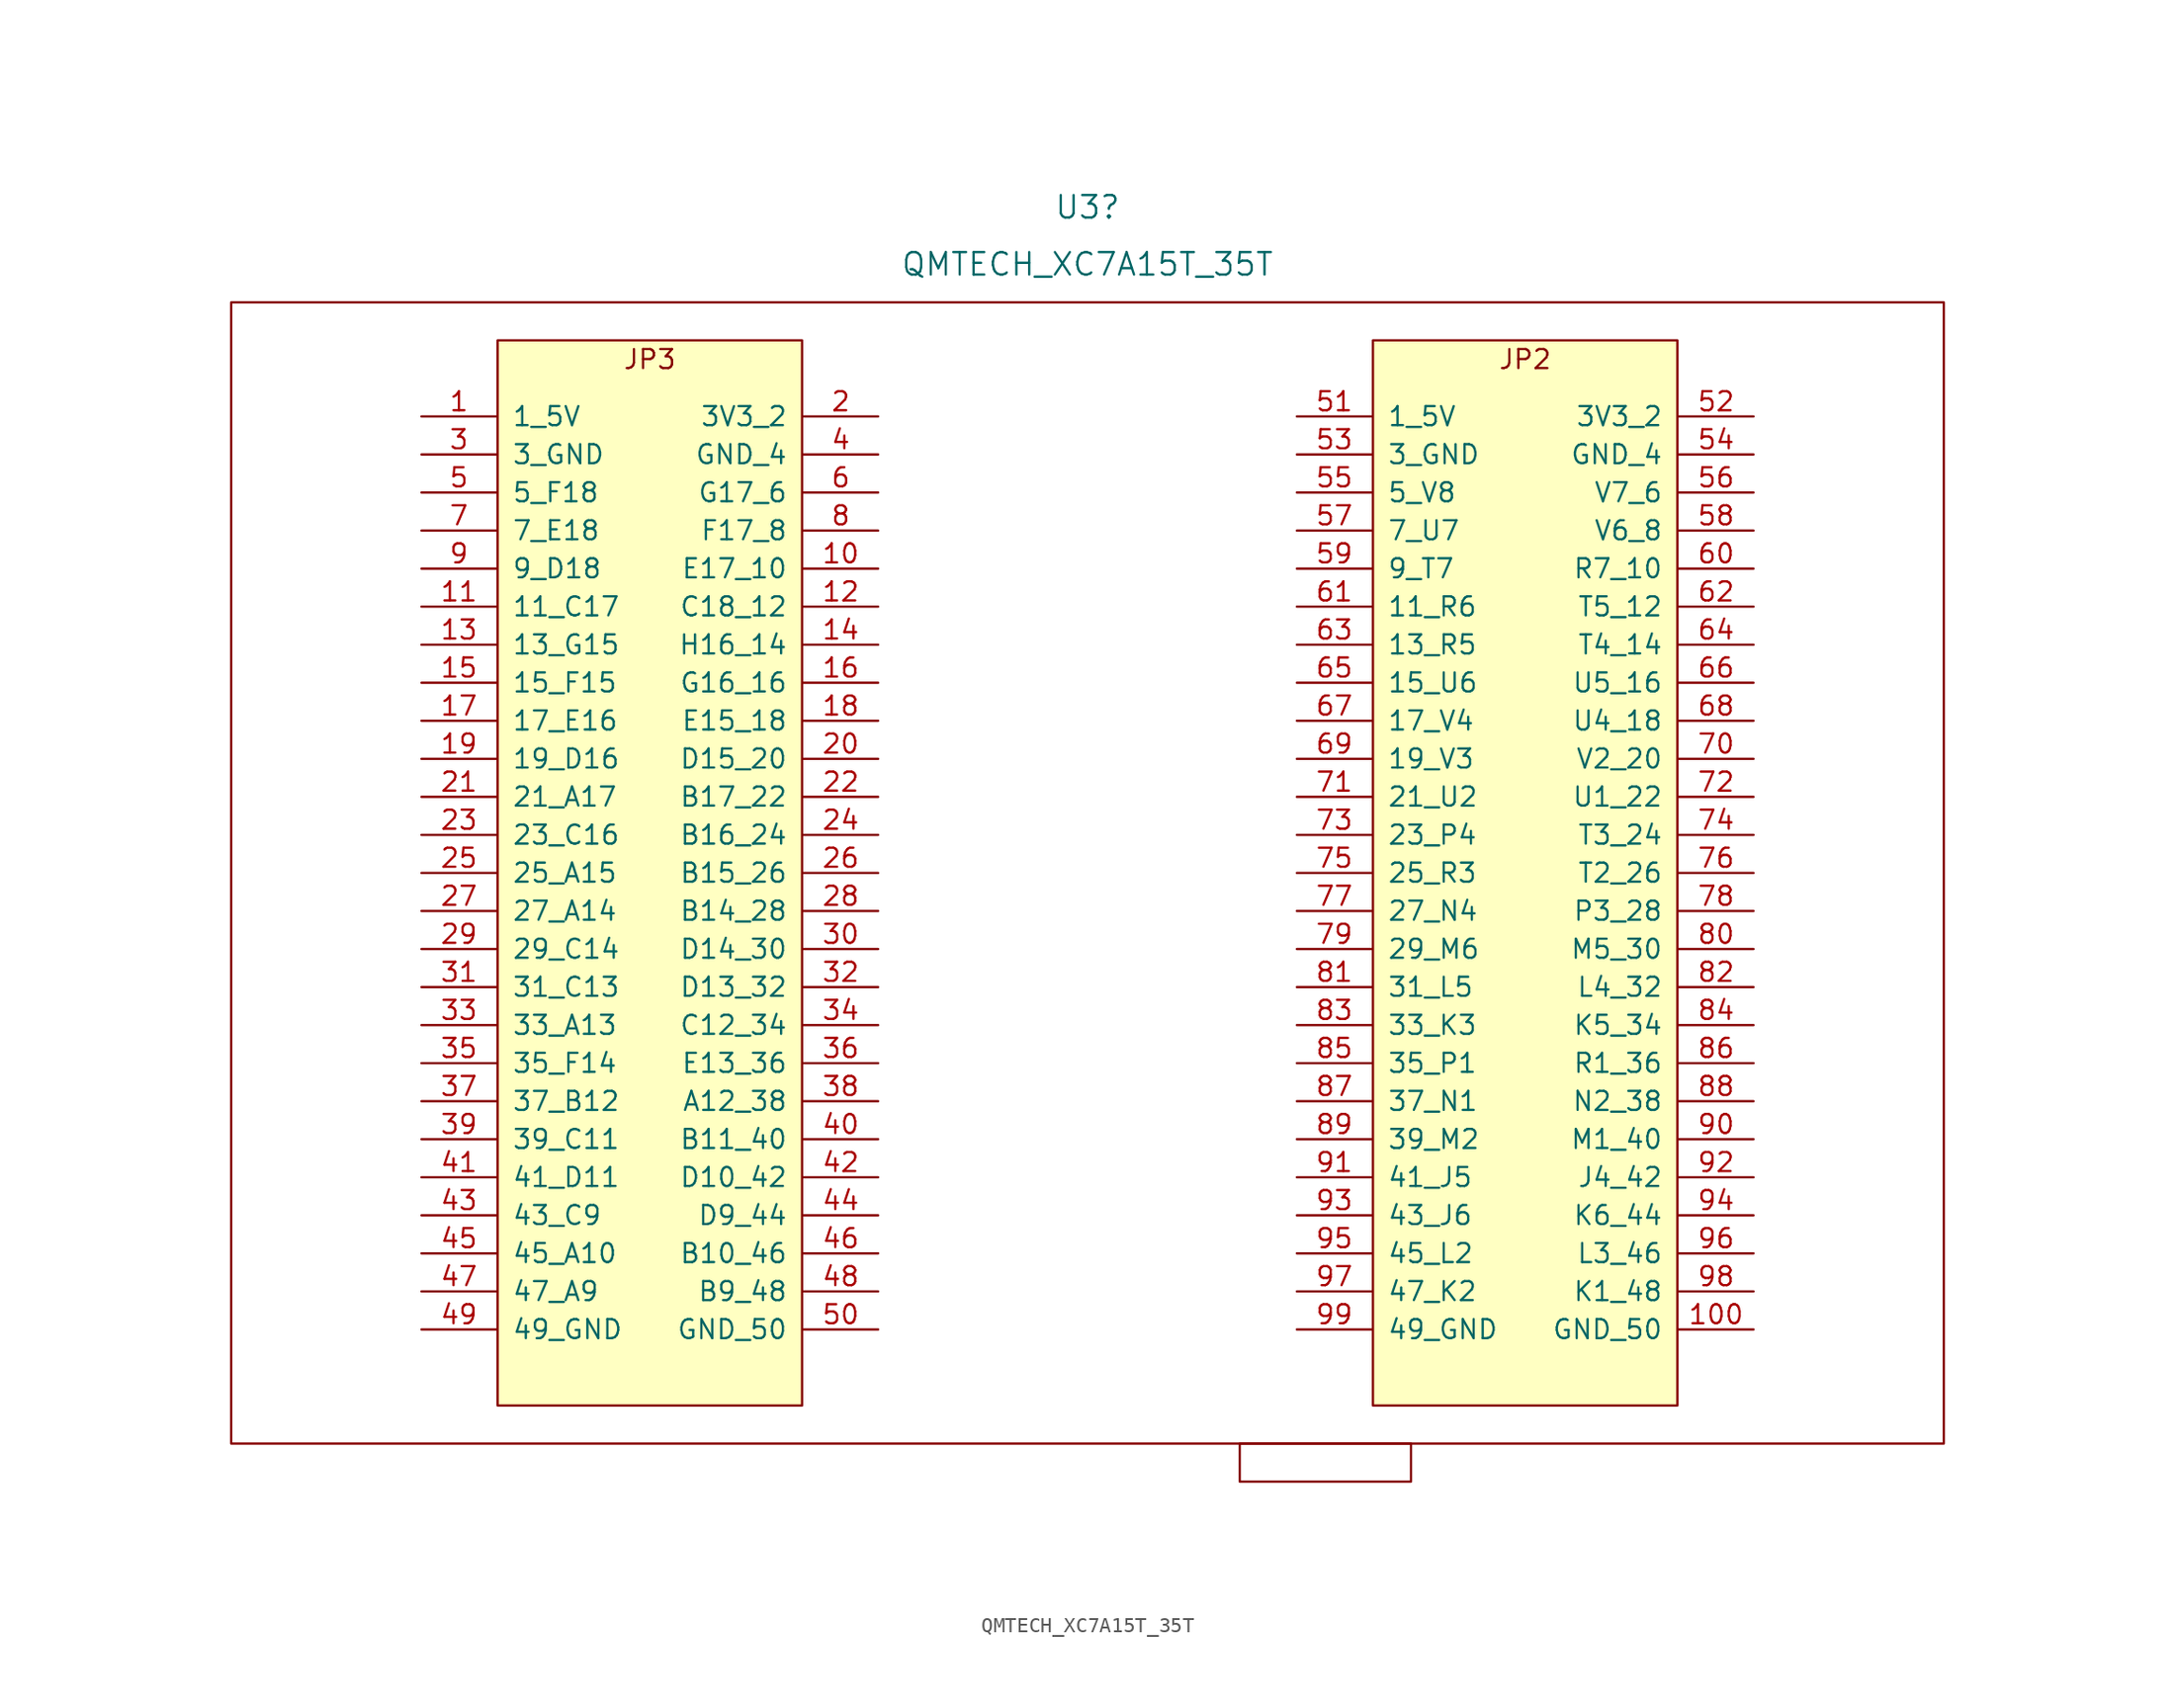
<source format=kicad_sym>
(kicad_symbol_lib
  (version 20231120)
  (generator "kicad_symbol_editor")
  (generator_version "8.0")
  (symbol "QMTECH_XC7A15T_35T"
    (pin_names
      (offset 1.016))
    (property "Reference" "U3"
      (at 0 41.91 0)
      (effects (font (size 1.499 1.499))))
    (property "Value" "QMTECH_XC7A15T_35T"
      (at 0 38.1 0)
      (effects (font (size 1.499 1.499))))
    (symbol "QMTECH_XC7A15T_35T_0_0"
      (text "JP2" (at 29.21 31.75 0) (effects (font (size 1.27 1.27))))
      (text "JP3" (at -29.21 31.75 0) (effects (font (size 1.27 1.27)))))
    (symbol "QMTECH_XC7A15T_35T_0_1"
      (rectangle (start -57.15 35.56) (end 57.15 -40.64) (stroke (width 0) (type default)) (fill (type none)))
      (rectangle (start 10.16 -40.64) (end 21.59 -43.18) (stroke (width 0) (type default)) (fill (type none))))
    (symbol "QMTECH_XC7A15T_35T_1_0"
      (pin bidirectional line (at -44.45 27.94 0) (length 5) (name "1_5V" (effects (font (size 1.27 1.27)))) (number "1" (effects (font (size 1.27 1.27)))))
      (pin bidirectional line (at -13.97 17.78 180) (length 5) (name "E17_10" (effects (font (size 1.27 1.27)))) (number "10" (effects (font (size 1.27 1.27)))))
      (pin bidirectional line (at 44.45 -33.02 180) (length 5) (name "GND_50" (effects (font (size 1.27 1.27)))) (number "100" (effects (font (size 1.27 1.27)))))
      (pin bidirectional line (at -44.45 15.24 0) (length 5) (name "11_C17" (effects (font (size 1.27 1.27)))) (number "11" (effects (font (size 1.27 1.27)))))
      (pin bidirectional line (at -13.97 15.24 180) (length 5) (name "C18_12" (effects (font (size 1.27 1.27)))) (number "12" (effects (font (size 1.27 1.27)))))
      (pin bidirectional line (at -44.45 12.7 0) (length 5) (name "13_G15" (effects (font (size 1.27 1.27)))) (number "13" (effects (font (size 1.27 1.27)))))
      (pin bidirectional line (at -13.97 12.7 180) (length 5) (name "H16_14" (effects (font (size 1.27 1.27)))) (number "14" (effects (font (size 1.27 1.27)))))
      (pin bidirectional line (at -44.45 10.16 0) (length 5) (name "15_F15" (effects (font (size 1.27 1.27)))) (number "15" (effects (font (size 1.27 1.27)))))
      (pin bidirectional line (at -13.97 10.16 180) (length 5) (name "G16_16" (effects (font (size 1.27 1.27)))) (number "16" (effects (font (size 1.27 1.27)))))
      (pin bidirectional line (at -44.45 7.62 0) (length 5) (name "17_E16" (effects (font (size 1.27 1.27)))) (number "17" (effects (font (size 1.27 1.27)))))
      (pin bidirectional line (at -13.97 7.62 180) (length 5) (name "E15_18" (effects (font (size 1.27 1.27)))) (number "18" (effects (font (size 1.27 1.27)))))
      (pin bidirectional line (at -44.45 5.08 0) (length 5) (name "19_D16" (effects (font (size 1.27 1.27)))) (number "19" (effects (font (size 1.27 1.27)))))
      (pin bidirectional line (at -13.97 27.94 180) (length 5) (name "3V3_2" (effects (font (size 1.27 1.27)))) (number "2" (effects (font (size 1.27 1.27)))))
      (pin bidirectional line (at -13.97 5.08 180) (length 5) (name "D15_20" (effects (font (size 1.27 1.27)))) (number "20" (effects (font (size 1.27 1.27)))))
      (pin bidirectional line (at -44.45 2.54 0) (length 5) (name "21_A17" (effects (font (size 1.27 1.27)))) (number "21" (effects (font (size 1.27 1.27)))))
      (pin bidirectional line (at -13.97 2.54 180) (length 5) (name "B17_22" (effects (font (size 1.27 1.27)))) (number "22" (effects (font (size 1.27 1.27)))))
      (pin bidirectional line (at -44.45 0 0) (length 5) (name "23_C16" (effects (font (size 1.27 1.27)))) (number "23" (effects (font (size 1.27 1.27)))))
      (pin bidirectional line (at -13.97 0 180) (length 5) (name "B16_24" (effects (font (size 1.27 1.27)))) (number "24" (effects (font (size 1.27 1.27)))))
      (pin bidirectional line (at -44.45 -2.54 0) (length 5) (name "25_A15" (effects (font (size 1.27 1.27)))) (number "25" (effects (font (size 1.27 1.27)))))
      (pin bidirectional line (at -13.97 -2.54 180) (length 5) (name "B15_26" (effects (font (size 1.27 1.27)))) (number "26" (effects (font (size 1.27 1.27)))))
      (pin bidirectional line (at -44.45 -5.08 0) (length 5) (name "27_A14" (effects (font (size 1.27 1.27)))) (number "27" (effects (font (size 1.27 1.27)))))
      (pin bidirectional line (at -13.97 -5.08 180) (length 5) (name "B14_28" (effects (font (size 1.27 1.27)))) (number "28" (effects (font (size 1.27 1.27)))))
      (pin bidirectional line (at -44.45 -7.62 0) (length 5) (name "29_C14" (effects (font (size 1.27 1.27)))) (number "29" (effects (font (size 1.27 1.27)))))
      (pin bidirectional line (at -44.45 25.4 0) (length 5) (name "3_GND" (effects (font (size 1.27 1.27)))) (number "3" (effects (font (size 1.27 1.27)))))
      (pin bidirectional line (at -13.97 -7.62 180) (length 5) (name "D14_30" (effects (font (size 1.27 1.27)))) (number "30" (effects (font (size 1.27 1.27)))))
      (pin bidirectional line (at -44.45 -10.16 0) (length 5) (name "31_C13" (effects (font (size 1.27 1.27)))) (number "31" (effects (font (size 1.27 1.27)))))
      (pin bidirectional line (at -13.97 -10.16 180) (length 5) (name "D13_32" (effects (font (size 1.27 1.27)))) (number "32" (effects (font (size 1.27 1.27)))))
      (pin bidirectional line (at -44.45 -12.7 0) (length 5) (name "33_A13" (effects (font (size 1.27 1.27)))) (number "33" (effects (font (size 1.27 1.27)))))
      (pin bidirectional line (at -13.97 -12.7 180) (length 5) (name "C12_34" (effects (font (size 1.27 1.27)))) (number "34" (effects (font (size 1.27 1.27)))))
      (pin bidirectional line (at -44.45 -15.24 0) (length 5) (name "35_F14" (effects (font (size 1.27 1.27)))) (number "35" (effects (font (size 1.27 1.27)))))
      (pin bidirectional line (at -13.97 -15.24 180) (length 5) (name "E13_36" (effects (font (size 1.27 1.27)))) (number "36" (effects (font (size 1.27 1.27)))))
      (pin bidirectional line (at -44.45 -17.78 0) (length 5) (name "37_B12" (effects (font (size 1.27 1.27)))) (number "37" (effects (font (size 1.27 1.27)))))
      (pin bidirectional line (at -13.97 -17.78 180) (length 5) (name "A12_38" (effects (font (size 1.27 1.27)))) (number "38" (effects (font (size 1.27 1.27)))))
      (pin bidirectional line (at -44.45 -20.32 0) (length 5) (name "39_C11" (effects (font (size 1.27 1.27)))) (number "39" (effects (font (size 1.27 1.27)))))
      (pin bidirectional line (at -13.97 25.4 180) (length 5) (name "GND_4" (effects (font (size 1.27 1.27)))) (number "4" (effects (font (size 1.27 1.27)))))
      (pin bidirectional line (at -13.97 -20.32 180) (length 5) (name "B11_40" (effects (font (size 1.27 1.27)))) (number "40" (effects (font (size 1.27 1.27)))))
      (pin bidirectional line (at -44.45 -22.86 0) (length 5) (name "41_D11" (effects (font (size 1.27 1.27)))) (number "41" (effects (font (size 1.27 1.27)))))
      (pin bidirectional line (at -13.97 -22.86 180) (length 5) (name "D10_42" (effects (font (size 1.27 1.27)))) (number "42" (effects (font (size 1.27 1.27)))))
      (pin bidirectional line (at -44.45 -25.4 0) (length 5) (name "43_C9" (effects (font (size 1.27 1.27)))) (number "43" (effects (font (size 1.27 1.27)))))
      (pin bidirectional line (at -13.97 -25.4 180) (length 5) (name "D9_44" (effects (font (size 1.27 1.27)))) (number "44" (effects (font (size 1.27 1.27)))))
      (pin bidirectional line (at -44.45 -27.94 0) (length 5) (name "45_A10" (effects (font (size 1.27 1.27)))) (number "45" (effects (font (size 1.27 1.27)))))
      (pin bidirectional line (at -13.97 -27.94 180) (length 5) (name "B10_46" (effects (font (size 1.27 1.27)))) (number "46" (effects (font (size 1.27 1.27)))))
      (pin bidirectional line (at -44.45 -30.48 0) (length 5) (name "47_A9" (effects (font (size 1.27 1.27)))) (number "47" (effects (font (size 1.27 1.27)))))
      (pin bidirectional line (at -13.97 -30.48 180) (length 5) (name "B9_48" (effects (font (size 1.27 1.27)))) (number "48" (effects (font (size 1.27 1.27)))))
      (pin bidirectional line (at -44.45 -33.02 0) (length 5) (name "49_GND" (effects (font (size 1.27 1.27)))) (number "49" (effects (font (size 1.27 1.27)))))
      (pin bidirectional line (at -44.45 22.86 0) (length 5) (name "5_F18" (effects (font (size 1.27 1.27)))) (number "5" (effects (font (size 1.27 1.27)))))
      (pin bidirectional line (at -13.97 -33.02 180) (length 5) (name "GND_50" (effects (font (size 1.27 1.27)))) (number "50" (effects (font (size 1.27 1.27)))))
      (pin bidirectional line (at 13.97 27.94 0) (length 5) (name "1_5V" (effects (font (size 1.27 1.27)))) (number "51" (effects (font (size 1.27 1.27)))))
      (pin bidirectional line (at 44.45 27.94 180) (length 5) (name "3V3_2" (effects (font (size 1.27 1.27)))) (number "52" (effects (font (size 1.27 1.27)))))
      (pin bidirectional line (at 13.97 25.4 0) (length 5) (name "3_GND" (effects (font (size 1.27 1.27)))) (number "53" (effects (font (size 1.27 1.27)))))
      (pin bidirectional line (at 44.45 25.4 180) (length 5) (name "GND_4" (effects (font (size 1.27 1.27)))) (number "54" (effects (font (size 1.27 1.27)))))
      (pin bidirectional line (at 13.97 22.86 0) (length 5) (name "5_V8" (effects (font (size 1.27 1.27)))) (number "55" (effects (font (size 1.27 1.27)))))
      (pin bidirectional line (at 44.45 22.86 180) (length 5) (name "V7_6" (effects (font (size 1.27 1.27)))) (number "56" (effects (font (size 1.27 1.27)))))
      (pin bidirectional line (at 13.97 20.32 0) (length 5) (name "7_U7" (effects (font (size 1.27 1.27)))) (number "57" (effects (font (size 1.27 1.27)))))
      (pin bidirectional line (at 44.45 20.32 180) (length 5) (name "V6_8" (effects (font (size 1.27 1.27)))) (number "58" (effects (font (size 1.27 1.27)))))
      (pin bidirectional line (at 13.97 17.78 0) (length 5) (name "9_T7" (effects (font (size 1.27 1.27)))) (number "59" (effects (font (size 1.27 1.27)))))
      (pin bidirectional line (at -13.97 22.86 180) (length 5) (name "G17_6" (effects (font (size 1.27 1.27)))) (number "6" (effects (font (size 1.27 1.27)))))
      (pin bidirectional line (at 44.45 17.78 180) (length 5) (name "R7_10" (effects (font (size 1.27 1.27)))) (number "60" (effects (font (size 1.27 1.27)))))
      (pin bidirectional line (at 13.97 15.24 0) (length 5) (name "11_R6" (effects (font (size 1.27 1.27)))) (number "61" (effects (font (size 1.27 1.27)))))
      (pin bidirectional line (at 44.45 15.24 180) (length 5) (name "T5_12" (effects (font (size 1.27 1.27)))) (number "62" (effects (font (size 1.27 1.27)))))
      (pin bidirectional line (at 13.97 12.7 0) (length 5) (name "13_R5" (effects (font (size 1.27 1.27)))) (number "63" (effects (font (size 1.27 1.27)))))
      (pin bidirectional line (at 44.45 12.7 180) (length 5) (name "T4_14" (effects (font (size 1.27 1.27)))) (number "64" (effects (font (size 1.27 1.27)))))
      (pin bidirectional line (at 13.97 10.16 0) (length 5) (name "15_U6" (effects (font (size 1.27 1.27)))) (number "65" (effects (font (size 1.27 1.27)))))
      (pin bidirectional line (at 44.45 10.16 180) (length 5) (name "U5_16" (effects (font (size 1.27 1.27)))) (number "66" (effects (font (size 1.27 1.27)))))
      (pin bidirectional line (at 13.97 7.62 0) (length 5) (name "17_V4" (effects (font (size 1.27 1.27)))) (number "67" (effects (font (size 1.27 1.27)))))
      (pin bidirectional line (at 44.45 7.62 180) (length 5) (name "U4_18" (effects (font (size 1.27 1.27)))) (number "68" (effects (font (size 1.27 1.27)))))
      (pin bidirectional line (at 13.97 5.08 0) (length 5) (name "19_V3" (effects (font (size 1.27 1.27)))) (number "69" (effects (font (size 1.27 1.27)))))
      (pin bidirectional line (at -44.45 20.32 0) (length 5) (name "7_E18" (effects (font (size 1.27 1.27)))) (number "7" (effects (font (size 1.27 1.27)))))
      (pin bidirectional line (at 44.45 5.08 180) (length 5) (name "V2_20" (effects (font (size 1.27 1.27)))) (number "70" (effects (font (size 1.27 1.27)))))
      (pin bidirectional line (at 13.97 2.54 0) (length 5) (name "21_U2" (effects (font (size 1.27 1.27)))) (number "71" (effects (font (size 1.27 1.27)))))
      (pin bidirectional line (at 44.45 2.54 180) (length 5) (name "U1_22" (effects (font (size 1.27 1.27)))) (number "72" (effects (font (size 1.27 1.27)))))
      (pin bidirectional line (at 13.97 0 0) (length 5) (name "23_P4" (effects (font (size 1.27 1.27)))) (number "73" (effects (font (size 1.27 1.27)))))
      (pin bidirectional line (at 44.45 0 180) (length 5) (name "T3_24" (effects (font (size 1.27 1.27)))) (number "74" (effects (font (size 1.27 1.27)))))
      (pin bidirectional line (at 13.97 -2.54 0) (length 5) (name "25_R3" (effects (font (size 1.27 1.27)))) (number "75" (effects (font (size 1.27 1.27)))))
      (pin bidirectional line (at 44.45 -2.54 180) (length 5) (name "T2_26" (effects (font (size 1.27 1.27)))) (number "76" (effects (font (size 1.27 1.27)))))
      (pin bidirectional line (at 13.97 -5.08 0) (length 5) (name "27_N4" (effects (font (size 1.27 1.27)))) (number "77" (effects (font (size 1.27 1.27)))))
      (pin bidirectional line (at 44.45 -5.08 180) (length 5) (name "P3_28" (effects (font (size 1.27 1.27)))) (number "78" (effects (font (size 1.27 1.27)))))
      (pin bidirectional line (at 13.97 -7.62 0) (length 5) (name "29_M6" (effects (font (size 1.27 1.27)))) (number "79" (effects (font (size 1.27 1.27)))))
      (pin bidirectional line (at -13.97 20.32 180) (length 5) (name "F17_8" (effects (font (size 1.27 1.27)))) (number "8" (effects (font (size 1.27 1.27)))))
      (pin bidirectional line (at 44.45 -7.62 180) (length 5) (name "M5_30" (effects (font (size 1.27 1.27)))) (number "80" (effects (font (size 1.27 1.27)))))
      (pin bidirectional line (at 13.97 -10.16 0) (length 5) (name "31_L5" (effects (font (size 1.27 1.27)))) (number "81" (effects (font (size 1.27 1.27)))))
      (pin bidirectional line (at 44.45 -10.16 180) (length 5) (name "L4_32" (effects (font (size 1.27 1.27)))) (number "82" (effects (font (size 1.27 1.27)))))
      (pin bidirectional line (at 13.97 -12.7 0) (length 5) (name "33_K3" (effects (font (size 1.27 1.27)))) (number "83" (effects (font (size 1.27 1.27)))))
      (pin bidirectional line (at 44.45 -12.7 180) (length 5) (name "K5_34" (effects (font (size 1.27 1.27)))) (number "84" (effects (font (size 1.27 1.27)))))
      (pin bidirectional line (at 13.97 -15.24 0) (length 5) (name "35_P1" (effects (font (size 1.27 1.27)))) (number "85" (effects (font (size 1.27 1.27)))))
      (pin bidirectional line (at 44.45 -15.24 180) (length 5) (name "R1_36" (effects (font (size 1.27 1.27)))) (number "86" (effects (font (size 1.27 1.27)))))
      (pin bidirectional line (at 13.97 -17.78 0) (length 5) (name "37_N1" (effects (font (size 1.27 1.27)))) (number "87" (effects (font (size 1.27 1.27)))))
      (pin bidirectional line (at 44.45 -17.78 180) (length 5) (name "N2_38" (effects (font (size 1.27 1.27)))) (number "88" (effects (font (size 1.27 1.27)))))
      (pin bidirectional line (at 13.97 -20.32 0) (length 5) (name "39_M2" (effects (font (size 1.27 1.27)))) (number "89" (effects (font (size 1.27 1.27)))))
      (pin bidirectional line (at -44.45 17.78 0) (length 5) (name "9_D18" (effects (font (size 1.27 1.27)))) (number "9" (effects (font (size 1.27 1.27)))))
      (pin bidirectional line (at 44.45 -20.32 180) (length 5) (name "M1_40" (effects (font (size 1.27 1.27)))) (number "90" (effects (font (size 1.27 1.27)))))
      (pin bidirectional line (at 13.97 -22.86 0) (length 5) (name "41_J5" (effects (font (size 1.27 1.27)))) (number "91" (effects (font (size 1.27 1.27)))))
      (pin bidirectional line (at 44.45 -22.86 180) (length 5) (name "J4_42" (effects (font (size 1.27 1.27)))) (number "92" (effects (font (size 1.27 1.27)))))
      (pin bidirectional line (at 13.97 -25.4 0) (length 5) (name "43_J6" (effects (font (size 1.27 1.27)))) (number "93" (effects (font (size 1.27 1.27)))))
      (pin bidirectional line (at 44.45 -25.4 180) (length 5) (name "K6_44" (effects (font (size 1.27 1.27)))) (number "94" (effects (font (size 1.27 1.27)))))
      (pin bidirectional line (at 13.97 -27.94 0) (length 5) (name "45_L2" (effects (font (size 1.27 1.27)))) (number "95" (effects (font (size 1.27 1.27)))))
      (pin bidirectional line (at 44.45 -27.94 180) (length 5) (name "L3_46" (effects (font (size 1.27 1.27)))) (number "96" (effects (font (size 1.27 1.27)))))
      (pin bidirectional line (at 13.97 -30.48 0) (length 5) (name "47_K2" (effects (font (size 1.27 1.27)))) (number "97" (effects (font (size 1.27 1.27)))))
      (pin bidirectional line (at 44.45 -30.48 180) (length 5) (name "K1_48" (effects (font (size 1.27 1.27)))) (number "98" (effects (font (size 1.27 1.27)))))
      (pin bidirectional line (at 13.97 -33.02 0) (length 5) (name "49_GND" (effects (font (size 1.27 1.27)))) (number "99" (effects (font (size 1.27 1.27))))))
    (symbol "QMTECH_XC7A15T_35T_1_1"
      (rectangle (start -39.37 33.02) (end -19.05 -38.1) (stroke (width 0) (type default)) (fill (type background)))
      (rectangle (start 19.05 33.02) (end 39.37 -38.1) (stroke (width 0) (type default)) (fill (type background))))))
</source>
